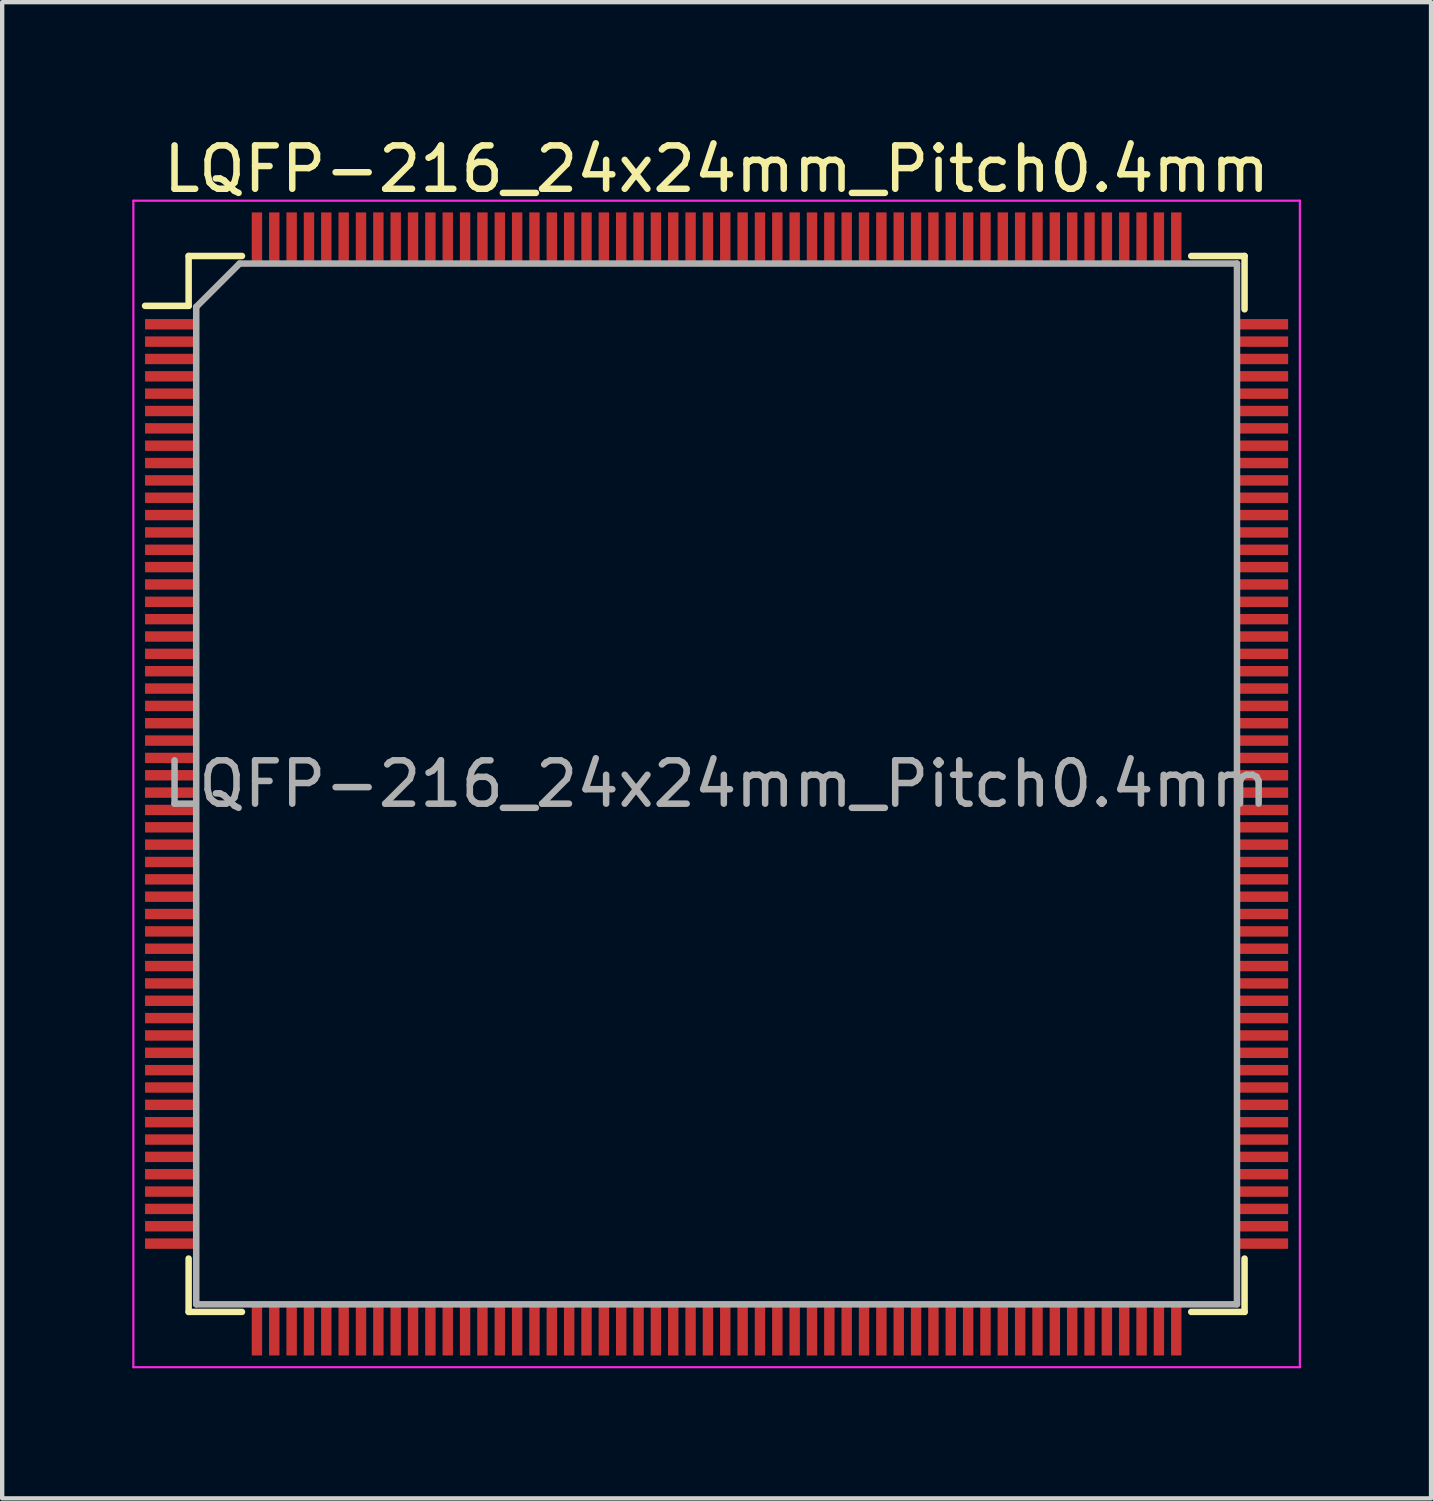
<source format=kicad_pcb>
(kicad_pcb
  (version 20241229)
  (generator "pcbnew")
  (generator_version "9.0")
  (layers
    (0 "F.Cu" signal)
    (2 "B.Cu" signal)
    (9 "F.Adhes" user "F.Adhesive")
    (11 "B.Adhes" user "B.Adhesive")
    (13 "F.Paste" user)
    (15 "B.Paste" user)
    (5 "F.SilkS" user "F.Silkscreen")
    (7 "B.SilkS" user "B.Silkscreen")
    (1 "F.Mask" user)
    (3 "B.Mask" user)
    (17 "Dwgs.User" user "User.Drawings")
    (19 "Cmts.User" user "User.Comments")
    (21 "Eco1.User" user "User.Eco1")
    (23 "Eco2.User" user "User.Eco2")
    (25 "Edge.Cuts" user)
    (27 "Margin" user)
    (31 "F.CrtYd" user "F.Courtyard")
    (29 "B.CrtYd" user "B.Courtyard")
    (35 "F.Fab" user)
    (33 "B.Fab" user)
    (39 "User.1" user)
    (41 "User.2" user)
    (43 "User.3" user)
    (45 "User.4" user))
  (footprint "LQFP-216_24x24mm_Pitch0.4mm"
    (layer "F.Cu")
    (at 13.475 15.028)
    (property "Reference" "LQFP-216_24x24mm_Pitch0.4mm" (at 0 -14.18 0) (layer "F.SilkS") (effects (font (size 1 1) (thickness 0.15))))
    (attr smd)
    (fp_line (start -12.175 -12.175) (end -12.175 -11.025) (stroke (width 0.15) (type solid)) (layer "F.SilkS"))
    (fp_line (start -12.175 -12.175) (end -10.945 -12.175) (stroke (width 0.15) (type solid)) (layer "F.SilkS"))
    (fp_line (start -12.175 -11.025) (end -13.18 -11.025) (stroke (width 0.15) (type solid)) (layer "F.SilkS"))
    (fp_line (start -12.175 12.175) (end -12.175 10.945) (stroke (width 0.15) (type solid)) (layer "F.SilkS"))
    (fp_line (start -12.175 12.175) (end -10.945 12.175) (stroke (width 0.15) (type solid)) (layer "F.SilkS"))
    (fp_line (start 12.175 -12.175) (end 10.945 -12.175) (stroke (width 0.15) (type solid)) (layer "F.SilkS"))
    (fp_line (start 12.175 -12.175) (end 12.175 -10.945) (stroke (width 0.15) (type solid)) (layer "F.SilkS"))
    (fp_line (start 12.175 12.175) (end 10.945 12.175) (stroke (width 0.15) (type solid)) (layer "F.SilkS"))
    (fp_line (start 12.175 12.175) (end 12.175 10.945) (stroke (width 0.15) (type solid)) (layer "F.SilkS"))
    (fp_line (start -13.45 -13.45) (end -13.45 13.45) (stroke (width 0.05) (type solid)) (layer "F.CrtYd"))
    (fp_line (start -13.45 -13.45) (end 13.45 -13.45) (stroke (width 0.05) (type solid)) (layer "F.CrtYd"))
    (fp_line (start -13.45 13.45) (end 13.45 13.45) (stroke (width 0.05) (type solid)) (layer "F.CrtYd"))
    (fp_line (start 13.45 -13.45) (end 13.45 13.45) (stroke (width 0.05) (type solid)) (layer "F.CrtYd"))
    (fp_line (start -12 -11) (end -11 -12) (stroke (width 0.15) (type solid)) (layer "F.Fab"))
    (fp_line (start -12 12) (end -12 -11) (stroke (width 0.15) (type solid)) (layer "F.Fab"))
    (fp_line (start -11 -12) (end 12 -12) (stroke (width 0.15) (type solid)) (layer "F.Fab"))
    (fp_line (start 12 -12) (end 12 12) (stroke (width 0.15) (type solid)) (layer "F.Fab"))
    (fp_line (start 12 12) (end -12 12) (stroke (width 0.15) (type solid)) (layer "F.Fab"))
    (fp_text user "${REFERENCE}" (at 0 0 0) (layer "F.Fab") (effects (font (size 1 1) (thickness 0.15))))
    (pad "1" smd rect (at -12.62 -10.6) (size 1.12 0.24) (layers "F.Cu" "F.Mask" "F.Paste"))
    (pad "2" smd rect (at -12.62 -10.2) (size 1.12 0.24) (layers "F.Cu" "F.Mask" "F.Paste"))
    (pad "3" smd rect (at -12.62 -9.8) (size 1.12 0.24) (layers "F.Cu" "F.Mask" "F.Paste"))
    (pad "4" smd rect (at -12.62 -9.4) (size 1.12 0.24) (layers "F.Cu" "F.Mask" "F.Paste"))
    (pad "5" smd rect (at -12.62 -9) (size 1.12 0.24) (layers "F.Cu" "F.Mask" "F.Paste"))
    (pad "6" smd rect (at -12.62 -8.6) (size 1.12 0.24) (layers "F.Cu" "F.Mask" "F.Paste"))
    (pad "7" smd rect (at -12.62 -8.2) (size 1.12 0.24) (layers "F.Cu" "F.Mask" "F.Paste"))
    (pad "8" smd rect (at -12.62 -7.8) (size 1.12 0.24) (layers "F.Cu" "F.Mask" "F.Paste"))
    (pad "9" smd rect (at -12.62 -7.4) (size 1.12 0.24) (layers "F.Cu" "F.Mask" "F.Paste"))
    (pad "10" smd rect (at -12.62 -7) (size 1.12 0.24) (layers "F.Cu" "F.Mask" "F.Paste"))
    (pad "11" smd rect (at -12.62 -6.6) (size 1.12 0.24) (layers "F.Cu" "F.Mask" "F.Paste"))
    (pad "12" smd rect (at -12.62 -6.2) (size 1.12 0.24) (layers "F.Cu" "F.Mask" "F.Paste"))
    (pad "13" smd rect (at -12.62 -5.8) (size 1.12 0.24) (layers "F.Cu" "F.Mask" "F.Paste"))
    (pad "14" smd rect (at -12.62 -5.4) (size 1.12 0.24) (layers "F.Cu" "F.Mask" "F.Paste"))
    (pad "15" smd rect (at -12.62 -5) (size 1.12 0.24) (layers "F.Cu" "F.Mask" "F.Paste"))
    (pad "16" smd rect (at -12.62 -4.6) (size 1.12 0.24) (layers "F.Cu" "F.Mask" "F.Paste"))
    (pad "17" smd rect (at -12.62 -4.2) (size 1.12 0.24) (layers "F.Cu" "F.Mask" "F.Paste"))
    (pad "18" smd rect (at -12.62 -3.8) (size 1.12 0.24) (layers "F.Cu" "F.Mask" "F.Paste"))
    (pad "19" smd rect (at -12.62 -3.4) (size 1.12 0.24) (layers "F.Cu" "F.Mask" "F.Paste"))
    (pad "20" smd rect (at -12.62 -3) (size 1.12 0.24) (layers "F.Cu" "F.Mask" "F.Paste"))
    (pad "21" smd rect (at -12.62 -2.6) (size 1.12 0.24) (layers "F.Cu" "F.Mask" "F.Paste"))
    (pad "22" smd rect (at -12.62 -2.2) (size 1.12 0.24) (layers "F.Cu" "F.Mask" "F.Paste"))
    (pad "23" smd rect (at -12.62 -1.8) (size 1.12 0.24) (layers "F.Cu" "F.Mask" "F.Paste"))
    (pad "24" smd rect (at -12.62 -1.4) (size 1.12 0.24) (layers "F.Cu" "F.Mask" "F.Paste"))
    (pad "25" smd rect (at -12.62 -1) (size 1.12 0.24) (layers "F.Cu" "F.Mask" "F.Paste"))
    (pad "26" smd rect (at -12.62 -0.6) (size 1.12 0.24) (layers "F.Cu" "F.Mask" "F.Paste"))
    (pad "27" smd rect (at -12.62 -0.2) (size 1.12 0.24) (layers "F.Cu" "F.Mask" "F.Paste"))
    (pad "28" smd rect (at -12.62 0.2) (size 1.12 0.24) (layers "F.Cu" "F.Mask" "F.Paste"))
    (pad "29" smd rect (at -12.62 0.6) (size 1.12 0.24) (layers "F.Cu" "F.Mask" "F.Paste"))
    (pad "30" smd rect (at -12.62 1) (size 1.12 0.24) (layers "F.Cu" "F.Mask" "F.Paste"))
    (pad "31" smd rect (at -12.62 1.4) (size 1.12 0.24) (layers "F.Cu" "F.Mask" "F.Paste"))
    (pad "32" smd rect (at -12.62 1.8) (size 1.12 0.24) (layers "F.Cu" "F.Mask" "F.Paste"))
    (pad "33" smd rect (at -12.62 2.2) (size 1.12 0.24) (layers "F.Cu" "F.Mask" "F.Paste"))
    (pad "34" smd rect (at -12.62 2.6) (size 1.12 0.24) (layers "F.Cu" "F.Mask" "F.Paste"))
    (pad "35" smd rect (at -12.62 3) (size 1.12 0.24) (layers "F.Cu" "F.Mask" "F.Paste"))
    (pad "36" smd rect (at -12.62 3.4) (size 1.12 0.24) (layers "F.Cu" "F.Mask" "F.Paste"))
    (pad "37" smd rect (at -12.62 3.8) (size 1.12 0.24) (layers "F.Cu" "F.Mask" "F.Paste"))
    (pad "38" smd rect (at -12.62 4.2) (size 1.12 0.24) (layers "F.Cu" "F.Mask" "F.Paste"))
    (pad "39" smd rect (at -12.62 4.6) (size 1.12 0.24) (layers "F.Cu" "F.Mask" "F.Paste"))
    (pad "40" smd rect (at -12.62 5) (size 1.12 0.24) (layers "F.Cu" "F.Mask" "F.Paste"))
    (pad "41" smd rect (at -12.62 5.4) (size 1.12 0.24) (layers "F.Cu" "F.Mask" "F.Paste"))
    (pad "42" smd rect (at -12.62 5.8) (size 1.12 0.24) (layers "F.Cu" "F.Mask" "F.Paste"))
    (pad "43" smd rect (at -12.62 6.2) (size 1.12 0.24) (layers "F.Cu" "F.Mask" "F.Paste"))
    (pad "44" smd rect (at -12.62 6.6) (size 1.12 0.24) (layers "F.Cu" "F.Mask" "F.Paste"))
    (pad "45" smd rect (at -12.62 7) (size 1.12 0.24) (layers "F.Cu" "F.Mask" "F.Paste"))
    (pad "46" smd rect (at -12.62 7.4) (size 1.12 0.24) (layers "F.Cu" "F.Mask" "F.Paste"))
    (pad "47" smd rect (at -12.62 7.8) (size 1.12 0.24) (layers "F.Cu" "F.Mask" "F.Paste"))
    (pad "48" smd rect (at -12.62 8.2) (size 1.12 0.24) (layers "F.Cu" "F.Mask" "F.Paste"))
    (pad "49" smd rect (at -12.62 8.6) (size 1.12 0.24) (layers "F.Cu" "F.Mask" "F.Paste"))
    (pad "50" smd rect (at -12.62 9) (size 1.12 0.24) (layers "F.Cu" "F.Mask" "F.Paste"))
    (pad "51" smd rect (at -12.62 9.4) (size 1.12 0.24) (layers "F.Cu" "F.Mask" "F.Paste"))
    (pad "52" smd rect (at -12.62 9.8) (size 1.12 0.24) (layers "F.Cu" "F.Mask" "F.Paste"))
    (pad "53" smd rect (at -12.62 10.2) (size 1.12 0.24) (layers "F.Cu" "F.Mask" "F.Paste"))
    (pad "54" smd rect (at -12.62 10.6) (size 1.12 0.24) (layers "F.Cu" "F.Mask" "F.Paste"))
    (pad "55" smd rect (at -10.6 12.62 90) (size 1.12 0.24) (layers "F.Cu" "F.Mask" "F.Paste"))
    (pad "56" smd rect (at -10.2 12.62 90) (size 1.12 0.24) (layers "F.Cu" "F.Mask" "F.Paste"))
    (pad "57" smd rect (at -9.8 12.62 90) (size 1.12 0.24) (layers "F.Cu" "F.Mask" "F.Paste"))
    (pad "58" smd rect (at -9.4 12.62 90) (size 1.12 0.24) (layers "F.Cu" "F.Mask" "F.Paste"))
    (pad "59" smd rect (at -9 12.62 90) (size 1.12 0.24) (layers "F.Cu" "F.Mask" "F.Paste"))
    (pad "60" smd rect (at -8.6 12.62 90) (size 1.12 0.24) (layers "F.Cu" "F.Mask" "F.Paste"))
    (pad "61" smd rect (at -8.2 12.62 90) (size 1.12 0.24) (layers "F.Cu" "F.Mask" "F.Paste"))
    (pad "62" smd rect (at -7.8 12.62 90) (size 1.12 0.24) (layers "F.Cu" "F.Mask" "F.Paste"))
    (pad "63" smd rect (at -7.4 12.62 90) (size 1.12 0.24) (layers "F.Cu" "F.Mask" "F.Paste"))
    (pad "64" smd rect (at -7 12.62 90) (size 1.12 0.24) (layers "F.Cu" "F.Mask" "F.Paste"))
    (pad "65" smd rect (at -6.6 12.62 90) (size 1.12 0.24) (layers "F.Cu" "F.Mask" "F.Paste"))
    (pad "66" smd rect (at -6.2 12.62 90) (size 1.12 0.24) (layers "F.Cu" "F.Mask" "F.Paste"))
    (pad "67" smd rect (at -5.8 12.62 90) (size 1.12 0.24) (layers "F.Cu" "F.Mask" "F.Paste"))
    (pad "68" smd rect (at -5.4 12.62 90) (size 1.12 0.24) (layers "F.Cu" "F.Mask" "F.Paste"))
    (pad "69" smd rect (at -5 12.62 90) (size 1.12 0.24) (layers "F.Cu" "F.Mask" "F.Paste"))
    (pad "70" smd rect (at -4.6 12.62 90) (size 1.12 0.24) (layers "F.Cu" "F.Mask" "F.Paste"))
    (pad "71" smd rect (at -4.2 12.62 90) (size 1.12 0.24) (layers "F.Cu" "F.Mask" "F.Paste"))
    (pad "72" smd rect (at -3.8 12.62 90) (size 1.12 0.24) (layers "F.Cu" "F.Mask" "F.Paste"))
    (pad "73" smd rect (at -3.4 12.62 90) (size 1.12 0.24) (layers "F.Cu" "F.Mask" "F.Paste"))
    (pad "74" smd rect (at -3 12.62 90) (size 1.12 0.24) (layers "F.Cu" "F.Mask" "F.Paste"))
    (pad "75" smd rect (at -2.6 12.62 90) (size 1.12 0.24) (layers "F.Cu" "F.Mask" "F.Paste"))
    (pad "76" smd rect (at -2.2 12.62 90) (size 1.12 0.24) (layers "F.Cu" "F.Mask" "F.Paste"))
    (pad "77" smd rect (at -1.8 12.62 90) (size 1.12 0.24) (layers "F.Cu" "F.Mask" "F.Paste"))
    (pad "78" smd rect (at -1.4 12.62 90) (size 1.12 0.24) (layers "F.Cu" "F.Mask" "F.Paste"))
    (pad "79" smd rect (at -1 12.62 90) (size 1.12 0.24) (layers "F.Cu" "F.Mask" "F.Paste"))
    (pad "80" smd rect (at -0.6 12.62 90) (size 1.12 0.24) (layers "F.Cu" "F.Mask" "F.Paste"))
    (pad "81" smd rect (at -0.2 12.62 90) (size 1.12 0.24) (layers "F.Cu" "F.Mask" "F.Paste"))
    (pad "82" smd rect (at 0.2 12.62 90) (size 1.12 0.24) (layers "F.Cu" "F.Mask" "F.Paste"))
    (pad "83" smd rect (at 0.6 12.62 90) (size 1.12 0.24) (layers "F.Cu" "F.Mask" "F.Paste"))
    (pad "84" smd rect (at 1 12.62 90) (size 1.12 0.24) (layers "F.Cu" "F.Mask" "F.Paste"))
    (pad "85" smd rect (at 1.4 12.62 90) (size 1.12 0.24) (layers "F.Cu" "F.Mask" "F.Paste"))
    (pad "86" smd rect (at 1.8 12.62 90) (size 1.12 0.24) (layers "F.Cu" "F.Mask" "F.Paste"))
    (pad "87" smd rect (at 2.2 12.62 90) (size 1.12 0.24) (layers "F.Cu" "F.Mask" "F.Paste"))
    (pad "88" smd rect (at 2.6 12.62 90) (size 1.12 0.24) (layers "F.Cu" "F.Mask" "F.Paste"))
    (pad "89" smd rect (at 3 12.62 90) (size 1.12 0.24) (layers "F.Cu" "F.Mask" "F.Paste"))
    (pad "90" smd rect (at 3.4 12.62 90) (size 1.12 0.24) (layers "F.Cu" "F.Mask" "F.Paste"))
    (pad "91" smd rect (at 3.8 12.62 90) (size 1.12 0.24) (layers "F.Cu" "F.Mask" "F.Paste"))
    (pad "92" smd rect (at 4.2 12.62 90) (size 1.12 0.24) (layers "F.Cu" "F.Mask" "F.Paste"))
    (pad "93" smd rect (at 4.6 12.62 90) (size 1.12 0.24) (layers "F.Cu" "F.Mask" "F.Paste"))
    (pad "94" smd rect (at 5 12.62 90) (size 1.12 0.24) (layers "F.Cu" "F.Mask" "F.Paste"))
    (pad "95" smd rect (at 5.4 12.62 90) (size 1.12 0.24) (layers "F.Cu" "F.Mask" "F.Paste"))
    (pad "96" smd rect (at 5.8 12.62 90) (size 1.12 0.24) (layers "F.Cu" "F.Mask" "F.Paste"))
    (pad "97" smd rect (at 6.2 12.62 90) (size 1.12 0.24) (layers "F.Cu" "F.Mask" "F.Paste"))
    (pad "98" smd rect (at 6.6 12.62 90) (size 1.12 0.24) (layers "F.Cu" "F.Mask" "F.Paste"))
    (pad "99" smd rect (at 7 12.62 90) (size 1.12 0.24) (layers "F.Cu" "F.Mask" "F.Paste"))
    (pad "100" smd rect (at 7.4 12.62 90) (size 1.12 0.24) (layers "F.Cu" "F.Mask" "F.Paste"))
    (pad "101" smd rect (at 7.8 12.62 90) (size 1.12 0.24) (layers "F.Cu" "F.Mask" "F.Paste"))
    (pad "102" smd rect (at 8.2 12.62 90) (size 1.12 0.24) (layers "F.Cu" "F.Mask" "F.Paste"))
    (pad "103" smd rect (at 8.6 12.62 90) (size 1.12 0.24) (layers "F.Cu" "F.Mask" "F.Paste"))
    (pad "104" smd rect (at 9 12.62 90) (size 1.12 0.24) (layers "F.Cu" "F.Mask" "F.Paste"))
    (pad "105" smd rect (at 9.4 12.62 90) (size 1.12 0.24) (layers "F.Cu" "F.Mask" "F.Paste"))
    (pad "106" smd rect (at 9.8 12.62 90) (size 1.12 0.24) (layers "F.Cu" "F.Mask" "F.Paste"))
    (pad "107" smd rect (at 10.2 12.62 90) (size 1.12 0.24) (layers "F.Cu" "F.Mask" "F.Paste"))
    (pad "108" smd rect (at 10.6 12.62 90) (size 1.12 0.24) (layers "F.Cu" "F.Mask" "F.Paste"))
    (pad "109" smd rect (at 12.62 10.6) (size 1.12 0.24) (layers "F.Cu" "F.Mask" "F.Paste"))
    (pad "110" smd rect (at 12.62 10.2) (size 1.12 0.24) (layers "F.Cu" "F.Mask" "F.Paste"))
    (pad "111" smd rect (at 12.62 9.8) (size 1.12 0.24) (layers "F.Cu" "F.Mask" "F.Paste"))
    (pad "112" smd rect (at 12.62 9.4) (size 1.12 0.24) (layers "F.Cu" "F.Mask" "F.Paste"))
    (pad "113" smd rect (at 12.62 9) (size 1.12 0.24) (layers "F.Cu" "F.Mask" "F.Paste"))
    (pad "114" smd rect (at 12.62 8.6) (size 1.12 0.24) (layers "F.Cu" "F.Mask" "F.Paste"))
    (pad "115" smd rect (at 12.62 8.2) (size 1.12 0.24) (layers "F.Cu" "F.Mask" "F.Paste"))
    (pad "116" smd rect (at 12.62 7.8) (size 1.12 0.24) (layers "F.Cu" "F.Mask" "F.Paste"))
    (pad "117" smd rect (at 12.62 7.4) (size 1.12 0.24) (layers "F.Cu" "F.Mask" "F.Paste"))
    (pad "118" smd rect (at 12.62 7) (size 1.12 0.24) (layers "F.Cu" "F.Mask" "F.Paste"))
    (pad "119" smd rect (at 12.62 6.6) (size 1.12 0.24) (layers "F.Cu" "F.Mask" "F.Paste"))
    (pad "120" smd rect (at 12.62 6.2) (size 1.12 0.24) (layers "F.Cu" "F.Mask" "F.Paste"))
    (pad "121" smd rect (at 12.62 5.8) (size 1.12 0.24) (layers "F.Cu" "F.Mask" "F.Paste"))
    (pad "122" smd rect (at 12.62 5.4) (size 1.12 0.24) (layers "F.Cu" "F.Mask" "F.Paste"))
    (pad "123" smd rect (at 12.62 5) (size 1.12 0.24) (layers "F.Cu" "F.Mask" "F.Paste"))
    (pad "124" smd rect (at 12.62 4.6) (size 1.12 0.24) (layers "F.Cu" "F.Mask" "F.Paste"))
    (pad "125" smd rect (at 12.62 4.2) (size 1.12 0.24) (layers "F.Cu" "F.Mask" "F.Paste"))
    (pad "126" smd rect (at 12.62 3.8) (size 1.12 0.24) (layers "F.Cu" "F.Mask" "F.Paste"))
    (pad "127" smd rect (at 12.62 3.4) (size 1.12 0.24) (layers "F.Cu" "F.Mask" "F.Paste"))
    (pad "128" smd rect (at 12.62 3) (size 1.12 0.24) (layers "F.Cu" "F.Mask" "F.Paste"))
    (pad "129" smd rect (at 12.62 2.6) (size 1.12 0.24) (layers "F.Cu" "F.Mask" "F.Paste"))
    (pad "130" smd rect (at 12.62 2.2) (size 1.12 0.24) (layers "F.Cu" "F.Mask" "F.Paste"))
    (pad "131" smd rect (at 12.62 1.8) (size 1.12 0.24) (layers "F.Cu" "F.Mask" "F.Paste"))
    (pad "132" smd rect (at 12.62 1.4) (size 1.12 0.24) (layers "F.Cu" "F.Mask" "F.Paste"))
    (pad "133" smd rect (at 12.62 1) (size 1.12 0.24) (layers "F.Cu" "F.Mask" "F.Paste"))
    (pad "134" smd rect (at 12.62 0.6) (size 1.12 0.24) (layers "F.Cu" "F.Mask" "F.Paste"))
    (pad "135" smd rect (at 12.62 0.2) (size 1.12 0.24) (layers "F.Cu" "F.Mask" "F.Paste"))
    (pad "136" smd rect (at 12.62 -0.2) (size 1.12 0.24) (layers "F.Cu" "F.Mask" "F.Paste"))
    (pad "137" smd rect (at 12.62 -0.6) (size 1.12 0.24) (layers "F.Cu" "F.Mask" "F.Paste"))
    (pad "138" smd rect (at 12.62 -1) (size 1.12 0.24) (layers "F.Cu" "F.Mask" "F.Paste"))
    (pad "139" smd rect (at 12.62 -1.4) (size 1.12 0.24) (layers "F.Cu" "F.Mask" "F.Paste"))
    (pad "140" smd rect (at 12.62 -1.8) (size 1.12 0.24) (layers "F.Cu" "F.Mask" "F.Paste"))
    (pad "141" smd rect (at 12.62 -2.2) (size 1.12 0.24) (layers "F.Cu" "F.Mask" "F.Paste"))
    (pad "142" smd rect (at 12.62 -2.6) (size 1.12 0.24) (layers "F.Cu" "F.Mask" "F.Paste"))
    (pad "143" smd rect (at 12.62 -3) (size 1.12 0.24) (layers "F.Cu" "F.Mask" "F.Paste"))
    (pad "144" smd rect (at 12.62 -3.4) (size 1.12 0.24) (layers "F.Cu" "F.Mask" "F.Paste"))
    (pad "145" smd rect (at 12.62 -3.8) (size 1.12 0.24) (layers "F.Cu" "F.Mask" "F.Paste"))
    (pad "146" smd rect (at 12.62 -4.2) (size 1.12 0.24) (layers "F.Cu" "F.Mask" "F.Paste"))
    (pad "147" smd rect (at 12.62 -4.6) (size 1.12 0.24) (layers "F.Cu" "F.Mask" "F.Paste"))
    (pad "148" smd rect (at 12.62 -5) (size 1.12 0.24) (layers "F.Cu" "F.Mask" "F.Paste"))
    (pad "149" smd rect (at 12.62 -5.4) (size 1.12 0.24) (layers "F.Cu" "F.Mask" "F.Paste"))
    (pad "150" smd rect (at 12.62 -5.8) (size 1.12 0.24) (layers "F.Cu" "F.Mask" "F.Paste"))
    (pad "151" smd rect (at 12.62 -6.2) (size 1.12 0.24) (layers "F.Cu" "F.Mask" "F.Paste"))
    (pad "152" smd rect (at 12.62 -6.6) (size 1.12 0.24) (layers "F.Cu" "F.Mask" "F.Paste"))
    (pad "153" smd rect (at 12.62 -7) (size 1.12 0.24) (layers "F.Cu" "F.Mask" "F.Paste"))
    (pad "154" smd rect (at 12.62 -7.4) (size 1.12 0.24) (layers "F.Cu" "F.Mask" "F.Paste"))
    (pad "155" smd rect (at 12.62 -7.8) (size 1.12 0.24) (layers "F.Cu" "F.Mask" "F.Paste"))
    (pad "156" smd rect (at 12.62 -8.2) (size 1.12 0.24) (layers "F.Cu" "F.Mask" "F.Paste"))
    (pad "157" smd rect (at 12.62 -8.6) (size 1.12 0.24) (layers "F.Cu" "F.Mask" "F.Paste"))
    (pad "158" smd rect (at 12.62 -9) (size 1.12 0.24) (layers "F.Cu" "F.Mask" "F.Paste"))
    (pad "159" smd rect (at 12.62 -9.4) (size 1.12 0.24) (layers "F.Cu" "F.Mask" "F.Paste"))
    (pad "160" smd rect (at 12.62 -9.8) (size 1.12 0.24) (layers "F.Cu" "F.Mask" "F.Paste"))
    (pad "161" smd rect (at 12.62 -10.2) (size 1.12 0.24) (layers "F.Cu" "F.Mask" "F.Paste"))
    (pad "162" smd rect (at 12.62 -10.6) (size 1.12 0.24) (layers "F.Cu" "F.Mask" "F.Paste"))
    (pad "163" smd rect (at 10.6 -12.62 90) (size 1.12 0.24) (layers "F.Cu" "F.Mask" "F.Paste"))
    (pad "164" smd rect (at 10.2 -12.62 90) (size 1.12 0.24) (layers "F.Cu" "F.Mask" "F.Paste"))
    (pad "165" smd rect (at 9.8 -12.62 90) (size 1.12 0.24) (layers "F.Cu" "F.Mask" "F.Paste"))
    (pad "166" smd rect (at 9.4 -12.62 90) (size 1.12 0.24) (layers "F.Cu" "F.Mask" "F.Paste"))
    (pad "167" smd rect (at 9 -12.62 90) (size 1.12 0.24) (layers "F.Cu" "F.Mask" "F.Paste"))
    (pad "168" smd rect (at 8.6 -12.62 90) (size 1.12 0.24) (layers "F.Cu" "F.Mask" "F.Paste"))
    (pad "169" smd rect (at 8.2 -12.62 90) (size 1.12 0.24) (layers "F.Cu" "F.Mask" "F.Paste"))
    (pad "170" smd rect (at 7.8 -12.62 90) (size 1.12 0.24) (layers "F.Cu" "F.Mask" "F.Paste"))
    (pad "171" smd rect (at 7.4 -12.62 90) (size 1.12 0.24) (layers "F.Cu" "F.Mask" "F.Paste"))
    (pad "172" smd rect (at 7 -12.62 90) (size 1.12 0.24) (layers "F.Cu" "F.Mask" "F.Paste"))
    (pad "173" smd rect (at 6.6 -12.62 90) (size 1.12 0.24) (layers "F.Cu" "F.Mask" "F.Paste"))
    (pad "174" smd rect (at 6.2 -12.62 90) (size 1.12 0.24) (layers "F.Cu" "F.Mask" "F.Paste"))
    (pad "175" smd rect (at 5.8 -12.62 90) (size 1.12 0.24) (layers "F.Cu" "F.Mask" "F.Paste"))
    (pad "176" smd rect (at 5.4 -12.62 90) (size 1.12 0.24) (layers "F.Cu" "F.Mask" "F.Paste"))
    (pad "177" smd rect (at 5 -12.62 90) (size 1.12 0.24) (layers "F.Cu" "F.Mask" "F.Paste"))
    (pad "178" smd rect (at 4.6 -12.62 90) (size 1.12 0.24) (layers "F.Cu" "F.Mask" "F.Paste"))
    (pad "179" smd rect (at 4.2 -12.62 90) (size 1.12 0.24) (layers "F.Cu" "F.Mask" "F.Paste"))
    (pad "180" smd rect (at 3.8 -12.62 90) (size 1.12 0.24) (layers "F.Cu" "F.Mask" "F.Paste"))
    (pad "181" smd rect (at 3.4 -12.62 90) (size 1.12 0.24) (layers "F.Cu" "F.Mask" "F.Paste"))
    (pad "182" smd rect (at 3 -12.62 90) (size 1.12 0.24) (layers "F.Cu" "F.Mask" "F.Paste"))
    (pad "183" smd rect (at 2.6 -12.62 90) (size 1.12 0.24) (layers "F.Cu" "F.Mask" "F.Paste"))
    (pad "184" smd rect (at 2.2 -12.62 90) (size 1.12 0.24) (layers "F.Cu" "F.Mask" "F.Paste"))
    (pad "185" smd rect (at 1.8 -12.62 90) (size 1.12 0.24) (layers "F.Cu" "F.Mask" "F.Paste"))
    (pad "186" smd rect (at 1.4 -12.62 90) (size 1.12 0.24) (layers "F.Cu" "F.Mask" "F.Paste"))
    (pad "187" smd rect (at 1 -12.62 90) (size 1.12 0.24) (layers "F.Cu" "F.Mask" "F.Paste"))
    (pad "188" smd rect (at 0.6 -12.62 90) (size 1.12 0.24) (layers "F.Cu" "F.Mask" "F.Paste"))
    (pad "189" smd rect (at 0.2 -12.62 90) (size 1.12 0.24) (layers "F.Cu" "F.Mask" "F.Paste"))
    (pad "190" smd rect (at -0.2 -12.62 90) (size 1.12 0.24) (layers "F.Cu" "F.Mask" "F.Paste"))
    (pad "191" smd rect (at -0.6 -12.62 90) (size 1.12 0.24) (layers "F.Cu" "F.Mask" "F.Paste"))
    (pad "192" smd rect (at -1 -12.62 90) (size 1.12 0.24) (layers "F.Cu" "F.Mask" "F.Paste"))
    (pad "193" smd rect (at -1.4 -12.62 90) (size 1.12 0.24) (layers "F.Cu" "F.Mask" "F.Paste"))
    (pad "194" smd rect (at -1.8 -12.62 90) (size 1.12 0.24) (layers "F.Cu" "F.Mask" "F.Paste"))
    (pad "195" smd rect (at -2.2 -12.62 90) (size 1.12 0.24) (layers "F.Cu" "F.Mask" "F.Paste"))
    (pad "196" smd rect (at -2.6 -12.62 90) (size 1.12 0.24) (layers "F.Cu" "F.Mask" "F.Paste"))
    (pad "197" smd rect (at -3 -12.62 90) (size 1.12 0.24) (layers "F.Cu" "F.Mask" "F.Paste"))
    (pad "198" smd rect (at -3.4 -12.62 90) (size 1.12 0.24) (layers "F.Cu" "F.Mask" "F.Paste"))
    (pad "199" smd rect (at -3.8 -12.62 90) (size 1.12 0.24) (layers "F.Cu" "F.Mask" "F.Paste"))
    (pad "200" smd rect (at -4.2 -12.62 90) (size 1.12 0.24) (layers "F.Cu" "F.Mask" "F.Paste"))
    (pad "201" smd rect (at -4.6 -12.62 90) (size 1.12 0.24) (layers "F.Cu" "F.Mask" "F.Paste"))
    (pad "202" smd rect (at -5 -12.62 90) (size 1.12 0.24) (layers "F.Cu" "F.Mask" "F.Paste"))
    (pad "203" smd rect (at -5.4 -12.62 90) (size 1.12 0.24) (layers "F.Cu" "F.Mask" "F.Paste"))
    (pad "204" smd rect (at -5.8 -12.62 90) (size 1.12 0.24) (layers "F.Cu" "F.Mask" "F.Paste"))
    (pad "205" smd rect (at -6.2 -12.62 90) (size 1.12 0.24) (layers "F.Cu" "F.Mask" "F.Paste"))
    (pad "206" smd rect (at -6.6 -12.62 90) (size 1.12 0.24) (layers "F.Cu" "F.Mask" "F.Paste"))
    (pad "207" smd rect (at -7 -12.62 90) (size 1.12 0.24) (layers "F.Cu" "F.Mask" "F.Paste"))
    (pad "208" smd rect (at -7.4 -12.62 90) (size 1.12 0.24) (layers "F.Cu" "F.Mask" "F.Paste"))
    (pad "209" smd rect (at -7.8 -12.62 90) (size 1.12 0.24) (layers "F.Cu" "F.Mask" "F.Paste"))
    (pad "210" smd rect (at -8.2 -12.62 90) (size 1.12 0.24) (layers "F.Cu" "F.Mask" "F.Paste"))
    (pad "211" smd rect (at -8.6 -12.62 90) (size 1.12 0.24) (layers "F.Cu" "F.Mask" "F.Paste"))
    (pad "212" smd rect (at -9 -12.62 90) (size 1.12 0.24) (layers "F.Cu" "F.Mask" "F.Paste"))
    (pad "213" smd rect (at -9.4 -12.62 90) (size 1.12 0.24) (layers "F.Cu" "F.Mask" "F.Paste"))
    (pad "214" smd rect (at -9.8 -12.62 90) (size 1.12 0.24) (layers "F.Cu" "F.Mask" "F.Paste"))
    (pad "215" smd rect (at -10.2 -12.62 90) (size 1.12 0.24) (layers "F.Cu" "F.Mask" "F.Paste"))
    (pad "216" smd rect (at -10.6 -12.62 90) (size 1.12 0.24) (layers "F.Cu" "F.Mask" "F.Paste")))
  (gr_rect
    (start -3 -3)
    (end 29.95 31.503)
    (stroke (width 0.1) (type default))
    (fill no)
    (layer "Edge.Cuts")))
</source>
